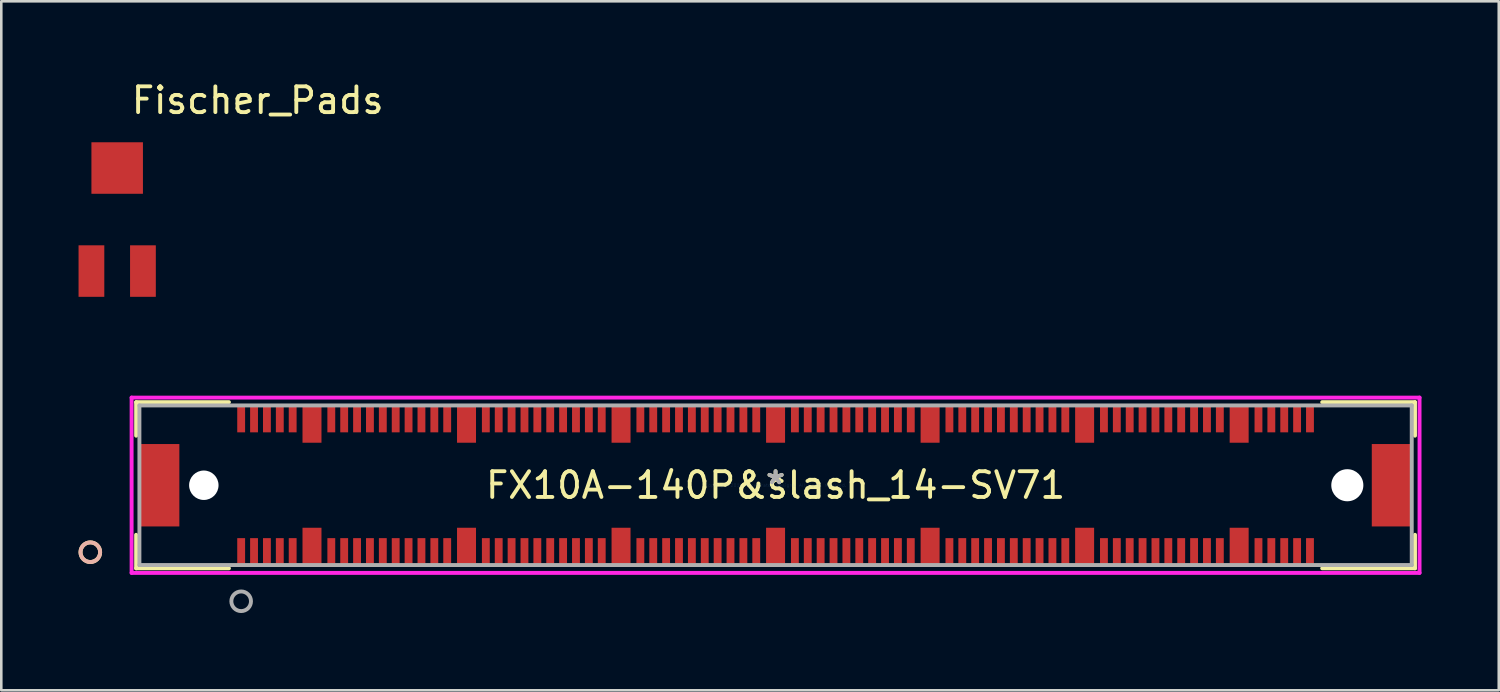
<source format=kicad_pcb>
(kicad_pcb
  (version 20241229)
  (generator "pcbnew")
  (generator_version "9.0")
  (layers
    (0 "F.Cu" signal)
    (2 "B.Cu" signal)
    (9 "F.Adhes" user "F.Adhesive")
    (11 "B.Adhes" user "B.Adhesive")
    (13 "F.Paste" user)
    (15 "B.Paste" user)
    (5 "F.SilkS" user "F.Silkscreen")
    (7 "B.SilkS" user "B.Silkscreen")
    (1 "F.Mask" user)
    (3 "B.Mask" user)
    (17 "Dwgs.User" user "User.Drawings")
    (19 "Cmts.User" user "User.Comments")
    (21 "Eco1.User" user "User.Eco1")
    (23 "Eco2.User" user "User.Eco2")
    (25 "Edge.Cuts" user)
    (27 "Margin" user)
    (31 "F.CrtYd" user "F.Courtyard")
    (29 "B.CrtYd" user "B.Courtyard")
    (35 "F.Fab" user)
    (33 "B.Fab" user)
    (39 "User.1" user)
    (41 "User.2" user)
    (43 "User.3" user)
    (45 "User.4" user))
  (footprint "Fischer_Pads"
    (layer "F.Cu")
    (at 1.461 9.061)
    (property "Reference" "Fischer_Pads" (at 5.494 -8.213 0) (unlocked yes) (layer "F.SilkS") (effects (font (size 1 1) (thickness 0.15))))
    (attr smd)
    (pad "1" smd rect (at 1.039 -1.586) (size 1 2) (layers "F.Cu" "F.Mask" "F.Paste"))
    (pad "2" smd rect (at -0.961 -1.586) (size 1 2) (layers "F.Cu" "F.Mask" "F.Paste"))
    (pad "3" smd rect (at 0.039 -5.587) (size 2 2) (layers "F.Cu" "F.Mask" "F.Paste")))
  (footprint "FX10A-140P&slash_14-SV71"
    (layer "F.Cu")
    (at 27.064 15.791)
    (property "Reference" "FX10A-140P&slash_14-SV71" (at 0 0 0) (layer "F.SilkS") (effects (font (size 1 1) (thickness 0.15))))
    (attr through_hole)
    (fp_line (start -24.828 -3.226) (end -24.828 -1.924) (stroke (width 0.152) (type solid)) (layer "F.SilkS"))
    (fp_line (start -24.828 1.924) (end -24.828 3.226) (stroke (width 0.152) (type solid)) (layer "F.SilkS"))
    (fp_line (start -24.828 3.226) (end -21.225 3.226) (stroke (width 0.152) (type solid)) (layer "F.SilkS"))
    (fp_line (start -21.225 -3.226) (end -24.828 -3.226) (stroke (width 0.152) (type solid)) (layer "F.SilkS"))
    (fp_line (start 21.225 3.226) (end 24.828 3.226) (stroke (width 0.152) (type solid)) (layer "F.SilkS"))
    (fp_line (start 24.828 -3.226) (end 21.225 -3.226) (stroke (width 0.152) (type solid)) (layer "F.SilkS"))
    (fp_line (start 24.828 -1.924) (end 24.828 -3.226) (stroke (width 0.152) (type solid)) (layer "F.SilkS"))
    (fp_line (start 24.828 3.226) (end 24.828 1.924) (stroke (width 0.152) (type solid)) (layer "F.SilkS"))
    (fp_circle (center -26.607 2.6) (end -26.226 2.6) (stroke (width 0.152) (type solid)) (fill no) (layer "F.SilkS"))
    (fp_circle (center -26.607 2.6) (end -26.226 2.6) (stroke (width 0.152) (type solid)) (fill no) (layer "B.SilkS"))
    (fp_line (start -25.004 -3.403) (end -25.004 3.403) (stroke (width 0.152) (type solid)) (layer "F.CrtYd"))
    (fp_line (start -25.004 3.403) (end 25.004 3.403) (stroke (width 0.152) (type solid)) (layer "F.CrtYd"))
    (fp_line (start 25.004 -3.403) (end -25.004 -3.403) (stroke (width 0.152) (type solid)) (layer "F.CrtYd"))
    (fp_line (start 25.004 3.403) (end 25.004 -3.403) (stroke (width 0.152) (type solid)) (layer "F.CrtYd"))
    (fp_line (start -24.701 -3.099) (end -24.701 3.099) (stroke (width 0.152) (type solid)) (layer "F.Fab"))
    (fp_line (start -24.701 3.099) (end 24.701 3.099) (stroke (width 0.152) (type solid)) (layer "F.Fab"))
    (fp_line (start 24.701 -3.099) (end -24.701 -3.099) (stroke (width 0.152) (type solid)) (layer "F.Fab"))
    (fp_line (start 24.701 3.099) (end 24.701 -3.099) (stroke (width 0.152) (type solid)) (layer "F.Fab"))
    (fp_circle (center -20.75 4.505) (end -20.369 4.505) (stroke (width 0.152) (type solid)) (fill no) (layer "F.Fab"))
    (fp_text user "*" (at 0 0 0) (layer "F.SilkS") (effects (font (size 1 1) (thickness 0.15))))
    (fp_text user "Copyright 2016 Accelerated Designs. All rights reserved." (at 0 0 0) (layer "Cmts.User") (effects (font (size 0.127 0.127) (thickness 0.002))))
    (fp_text user "*" (at 0 0 0) (layer "F.Fab") (effects (font (size 1 1) (thickness 0.15))))
    (pad "" np_thru_hole circle (at -22.2 0) (size 1.143 1.143) (drill 1.143) (layers "*.Cu" "*.Mask"))
    (pad "" np_thru_hole circle (at 22.2 0) (size 1.245 1.245) (drill 1.245) (layers "*.Cu" "*.Mask"))
    (pad "1" smd rect (at -20.75 2.6) (size 0.305 1.092) (layers "F.Cu" "F.Mask" "F.Paste"))
    (pad "2" smd rect (at -20.25 2.6) (size 0.305 1.092) (layers "F.Cu" "F.Mask" "F.Paste"))
    (pad "3" smd rect (at -19.75 2.6) (size 0.305 1.092) (layers "F.Cu" "F.Mask" "F.Paste"))
    (pad "4" smd rect (at -19.25 2.6) (size 0.305 1.092) (layers "F.Cu" "F.Mask" "F.Paste"))
    (pad "5" smd rect (at -18.75 2.6) (size 0.305 1.092) (layers "F.Cu" "F.Mask" "F.Paste"))
    (pad "6" smd rect (at -17.25 2.6) (size 0.305 1.092) (layers "F.Cu" "F.Mask" "F.Paste"))
    (pad "7" smd rect (at -16.75 2.6) (size 0.305 1.092) (layers "F.Cu" "F.Mask" "F.Paste"))
    (pad "8" smd rect (at -16.25 2.6) (size 0.305 1.092) (layers "F.Cu" "F.Mask" "F.Paste"))
    (pad "9" smd rect (at -15.75 2.6) (size 0.305 1.092) (layers "F.Cu" "F.Mask" "F.Paste"))
    (pad "10" smd rect (at -15.25 2.6) (size 0.305 1.092) (layers "F.Cu" "F.Mask" "F.Paste"))
    (pad "11" smd rect (at -14.75 2.6) (size 0.305 1.092) (layers "F.Cu" "F.Mask" "F.Paste"))
    (pad "12" smd rect (at -14.25 2.6) (size 0.305 1.092) (layers "F.Cu" "F.Mask" "F.Paste"))
    (pad "13" smd rect (at -13.75 2.6) (size 0.305 1.092) (layers "F.Cu" "F.Mask" "F.Paste"))
    (pad "14" smd rect (at -13.25 2.6) (size 0.305 1.092) (layers "F.Cu" "F.Mask" "F.Paste"))
    (pad "15" smd rect (at -12.75 2.6) (size 0.305 1.092) (layers "F.Cu" "F.Mask" "F.Paste"))
    (pad "16" smd rect (at -11.25 2.6) (size 0.305 1.092) (layers "F.Cu" "F.Mask" "F.Paste"))
    (pad "17" smd rect (at -10.75 2.6) (size 0.305 1.092) (layers "F.Cu" "F.Mask" "F.Paste"))
    (pad "18" smd rect (at -10.25 2.6) (size 0.305 1.092) (layers "F.Cu" "F.Mask" "F.Paste"))
    (pad "19" smd rect (at -9.75 2.6) (size 0.305 1.092) (layers "F.Cu" "F.Mask" "F.Paste"))
    (pad "20" smd rect (at -9.25 2.6) (size 0.305 1.092) (layers "F.Cu" "F.Mask" "F.Paste"))
    (pad "21" smd rect (at -8.75 2.6) (size 0.305 1.092) (layers "F.Cu" "F.Mask" "F.Paste"))
    (pad "22" smd rect (at -8.25 2.6) (size 0.305 1.092) (layers "F.Cu" "F.Mask" "F.Paste"))
    (pad "23" smd rect (at -7.75 2.6) (size 0.305 1.092) (layers "F.Cu" "F.Mask" "F.Paste"))
    (pad "24" smd rect (at -7.25 2.6) (size 0.305 1.092) (layers "F.Cu" "F.Mask" "F.Paste"))
    (pad "25" smd rect (at -6.75 2.6) (size 0.305 1.092) (layers "F.Cu" "F.Mask" "F.Paste"))
    (pad "26" smd rect (at -5.25 2.6) (size 0.305 1.092) (layers "F.Cu" "F.Mask" "F.Paste"))
    (pad "27" smd rect (at -4.75 2.6) (size 0.305 1.092) (layers "F.Cu" "F.Mask" "F.Paste"))
    (pad "28" smd rect (at -4.25 2.6) (size 0.305 1.092) (layers "F.Cu" "F.Mask" "F.Paste"))
    (pad "29" smd rect (at -3.75 2.6) (size 0.305 1.092) (layers "F.Cu" "F.Mask" "F.Paste"))
    (pad "30" smd rect (at -3.25 2.6) (size 0.305 1.092) (layers "F.Cu" "F.Mask" "F.Paste"))
    (pad "31" smd rect (at -2.75 2.6) (size 0.305 1.092) (layers "F.Cu" "F.Mask" "F.Paste"))
    (pad "32" smd rect (at -2.25 2.6) (size 0.305 1.092) (layers "F.Cu" "F.Mask" "F.Paste"))
    (pad "33" smd rect (at -1.75 2.6) (size 0.305 1.092) (layers "F.Cu" "F.Mask" "F.Paste"))
    (pad "34" smd rect (at -1.25 2.6) (size 0.305 1.092) (layers "F.Cu" "F.Mask" "F.Paste"))
    (pad "35" smd rect (at -0.75 2.6) (size 0.305 1.092) (layers "F.Cu" "F.Mask" "F.Paste"))
    (pad "36" smd rect (at 0.75 2.6) (size 0.305 1.092) (layers "F.Cu" "F.Mask" "F.Paste"))
    (pad "37" smd rect (at 1.25 2.6) (size 0.305 1.092) (layers "F.Cu" "F.Mask" "F.Paste"))
    (pad "38" smd rect (at 1.75 2.6) (size 0.305 1.092) (layers "F.Cu" "F.Mask" "F.Paste"))
    (pad "39" smd rect (at 2.25 2.6) (size 0.305 1.092) (layers "F.Cu" "F.Mask" "F.Paste"))
    (pad "40" smd rect (at 2.75 2.6) (size 0.305 1.092) (layers "F.Cu" "F.Mask" "F.Paste"))
    (pad "41" smd rect (at 3.25 2.6) (size 0.305 1.092) (layers "F.Cu" "F.Mask" "F.Paste"))
    (pad "42" smd rect (at 3.75 2.6) (size 0.305 1.092) (layers "F.Cu" "F.Mask" "F.Paste"))
    (pad "43" smd rect (at 4.25 2.6) (size 0.305 1.092) (layers "F.Cu" "F.Mask" "F.Paste"))
    (pad "44" smd rect (at 4.75 2.6) (size 0.305 1.092) (layers "F.Cu" "F.Mask" "F.Paste"))
    (pad "45" smd rect (at 5.25 2.6) (size 0.305 1.092) (layers "F.Cu" "F.Mask" "F.Paste"))
    (pad "46" smd rect (at 6.75 2.6) (size 0.305 1.092) (layers "F.Cu" "F.Mask" "F.Paste"))
    (pad "47" smd rect (at 7.25 2.6) (size 0.305 1.092) (layers "F.Cu" "F.Mask" "F.Paste"))
    (pad "48" smd rect (at 7.75 2.6) (size 0.305 1.092) (layers "F.Cu" "F.Mask" "F.Paste"))
    (pad "49" smd rect (at 8.25 2.6) (size 0.305 1.092) (layers "F.Cu" "F.Mask" "F.Paste"))
    (pad "50" smd rect (at 8.75 2.6) (size 0.305 1.092) (layers "F.Cu" "F.Mask" "F.Paste"))
    (pad "51" smd rect (at 9.25 2.6) (size 0.305 1.092) (layers "F.Cu" "F.Mask" "F.Paste"))
    (pad "52" smd rect (at 9.75 2.6) (size 0.305 1.092) (layers "F.Cu" "F.Mask" "F.Paste"))
    (pad "53" smd rect (at 10.25 2.6) (size 0.305 1.092) (layers "F.Cu" "F.Mask" "F.Paste"))
    (pad "54" smd rect (at 10.75 2.6) (size 0.305 1.092) (layers "F.Cu" "F.Mask" "F.Paste"))
    (pad "55" smd rect (at 11.25 2.6) (size 0.305 1.092) (layers "F.Cu" "F.Mask" "F.Paste"))
    (pad "56" smd rect (at 12.75 2.6) (size 0.305 1.092) (layers "F.Cu" "F.Mask" "F.Paste"))
    (pad "57" smd rect (at 13.25 2.6) (size 0.305 1.092) (layers "F.Cu" "F.Mask" "F.Paste"))
    (pad "58" smd rect (at 13.75 2.6) (size 0.305 1.092) (layers "F.Cu" "F.Mask" "F.Paste"))
    (pad "59" smd rect (at 14.25 2.6) (size 0.305 1.092) (layers "F.Cu" "F.Mask" "F.Paste"))
    (pad "60" smd rect (at 14.75 2.6) (size 0.305 1.092) (layers "F.Cu" "F.Mask" "F.Paste"))
    (pad "61" smd rect (at 15.25 2.6) (size 0.305 1.092) (layers "F.Cu" "F.Mask" "F.Paste"))
    (pad "62" smd rect (at 15.75 2.6) (size 0.305 1.092) (layers "F.Cu" "F.Mask" "F.Paste"))
    (pad "63" smd rect (at 16.25 2.6) (size 0.305 1.092) (layers "F.Cu" "F.Mask" "F.Paste"))
    (pad "64" smd rect (at 16.75 2.6) (size 0.305 1.092) (layers "F.Cu" "F.Mask" "F.Paste"))
    (pad "65" smd rect (at 17.25 2.6) (size 0.305 1.092) (layers "F.Cu" "F.Mask" "F.Paste"))
    (pad "66" smd rect (at 18.75 2.6) (size 0.305 1.092) (layers "F.Cu" "F.Mask" "F.Paste"))
    (pad "67" smd rect (at 19.25 2.6) (size 0.305 1.092) (layers "F.Cu" "F.Mask" "F.Paste"))
    (pad "68" smd rect (at 19.75 2.6) (size 0.305 1.092) (layers "F.Cu" "F.Mask" "F.Paste"))
    (pad "69" smd rect (at 20.25 2.6) (size 0.305 1.092) (layers "F.Cu" "F.Mask" "F.Paste"))
    (pad "70" smd rect (at 20.75 2.6) (size 0.305 1.092) (layers "F.Cu" "F.Mask" "F.Paste"))
    (pad "71" smd rect (at -20.75 -2.6) (size 0.305 1.092) (layers "F.Cu" "F.Mask" "F.Paste"))
    (pad "72" smd rect (at -20.25 -2.6) (size 0.305 1.092) (layers "F.Cu" "F.Mask" "F.Paste"))
    (pad "73" smd rect (at -19.75 -2.6) (size 0.305 1.092) (layers "F.Cu" "F.Mask" "F.Paste"))
    (pad "74" smd rect (at -19.25 -2.6) (size 0.305 1.092) (layers "F.Cu" "F.Mask" "F.Paste"))
    (pad "75" smd rect (at -18.75 -2.6) (size 0.305 1.092) (layers "F.Cu" "F.Mask" "F.Paste"))
    (pad "76" smd rect (at -17.25 -2.6) (size 0.305 1.092) (layers "F.Cu" "F.Mask" "F.Paste"))
    (pad "77" smd rect (at -16.75 -2.6) (size 0.305 1.092) (layers "F.Cu" "F.Mask" "F.Paste"))
    (pad "78" smd rect (at -16.25 -2.6) (size 0.305 1.092) (layers "F.Cu" "F.Mask" "F.Paste"))
    (pad "79" smd rect (at -15.75 -2.6) (size 0.305 1.092) (layers "F.Cu" "F.Mask" "F.Paste"))
    (pad "80" smd rect (at -15.25 -2.6) (size 0.305 1.092) (layers "F.Cu" "F.Mask" "F.Paste"))
    (pad "81" smd rect (at -14.75 -2.6) (size 0.305 1.092) (layers "F.Cu" "F.Mask" "F.Paste"))
    (pad "82" smd rect (at -14.25 -2.6) (size 0.305 1.092) (layers "F.Cu" "F.Mask" "F.Paste"))
    (pad "83" smd rect (at -13.75 -2.6) (size 0.305 1.092) (layers "F.Cu" "F.Mask" "F.Paste"))
    (pad "84" smd rect (at -13.25 -2.6) (size 0.305 1.092) (layers "F.Cu" "F.Mask" "F.Paste"))
    (pad "85" smd rect (at -12.75 -2.6) (size 0.305 1.092) (layers "F.Cu" "F.Mask" "F.Paste"))
    (pad "86" smd rect (at -11.25 -2.6) (size 0.305 1.092) (layers "F.Cu" "F.Mask" "F.Paste"))
    (pad "87" smd rect (at -10.75 -2.6) (size 0.305 1.092) (layers "F.Cu" "F.Mask" "F.Paste"))
    (pad "88" smd rect (at -10.25 -2.6) (size 0.305 1.092) (layers "F.Cu" "F.Mask" "F.Paste"))
    (pad "89" smd rect (at -9.75 -2.6) (size 0.305 1.092) (layers "F.Cu" "F.Mask" "F.Paste"))
    (pad "90" smd rect (at -9.25 -2.6) (size 0.305 1.092) (layers "F.Cu" "F.Mask" "F.Paste"))
    (pad "91" smd rect (at -8.75 -2.6) (size 0.305 1.092) (layers "F.Cu" "F.Mask" "F.Paste"))
    (pad "92" smd rect (at -8.25 -2.6) (size 0.305 1.092) (layers "F.Cu" "F.Mask" "F.Paste"))
    (pad "93" smd rect (at -7.75 -2.6) (size 0.305 1.092) (layers "F.Cu" "F.Mask" "F.Paste"))
    (pad "94" smd rect (at -7.25 -2.6) (size 0.305 1.092) (layers "F.Cu" "F.Mask" "F.Paste"))
    (pad "95" smd rect (at -6.75 -2.6) (size 0.305 1.092) (layers "F.Cu" "F.Mask" "F.Paste"))
    (pad "96" smd rect (at -5.25 -2.6) (size 0.305 1.092) (layers "F.Cu" "F.Mask" "F.Paste"))
    (pad "97" smd rect (at -4.75 -2.6) (size 0.305 1.092) (layers "F.Cu" "F.Mask" "F.Paste"))
    (pad "98" smd rect (at -4.25 -2.6) (size 0.305 1.092) (layers "F.Cu" "F.Mask" "F.Paste"))
    (pad "99" smd rect (at -3.75 -2.6) (size 0.305 1.092) (layers "F.Cu" "F.Mask" "F.Paste"))
    (pad "100" smd rect (at -3.25 -2.6) (size 0.305 1.092) (layers "F.Cu" "F.Mask" "F.Paste"))
    (pad "101" smd rect (at -2.75 -2.6) (size 0.305 1.092) (layers "F.Cu" "F.Mask" "F.Paste"))
    (pad "102" smd rect (at -2.25 -2.6) (size 0.305 1.092) (layers "F.Cu" "F.Mask" "F.Paste"))
    (pad "103" smd rect (at -1.75 -2.6) (size 0.305 1.092) (layers "F.Cu" "F.Mask" "F.Paste"))
    (pad "104" smd rect (at -1.25 -2.6) (size 0.305 1.092) (layers "F.Cu" "F.Mask" "F.Paste"))
    (pad "105" smd rect (at -0.75 -2.6) (size 0.305 1.092) (layers "F.Cu" "F.Mask" "F.Paste"))
    (pad "106" smd rect (at 0.75 -2.6) (size 0.305 1.092) (layers "F.Cu" "F.Mask" "F.Paste"))
    (pad "107" smd rect (at 1.25 -2.6) (size 0.305 1.092) (layers "F.Cu" "F.Mask" "F.Paste"))
    (pad "108" smd rect (at 1.75 -2.6) (size 0.305 1.092) (layers "F.Cu" "F.Mask" "F.Paste"))
    (pad "109" smd rect (at 2.25 -2.6) (size 0.305 1.092) (layers "F.Cu" "F.Mask" "F.Paste"))
    (pad "110" smd rect (at 2.75 -2.6) (size 0.305 1.092) (layers "F.Cu" "F.Mask" "F.Paste"))
    (pad "111" smd rect (at 3.25 -2.6) (size 0.305 1.092) (layers "F.Cu" "F.Mask" "F.Paste"))
    (pad "112" smd rect (at 3.75 -2.6) (size 0.305 1.092) (layers "F.Cu" "F.Mask" "F.Paste"))
    (pad "113" smd rect (at 4.25 -2.6) (size 0.305 1.092) (layers "F.Cu" "F.Mask" "F.Paste"))
    (pad "114" smd rect (at 4.75 -2.6) (size 0.305 1.092) (layers "F.Cu" "F.Mask" "F.Paste"))
    (pad "115" smd rect (at 5.25 -2.6) (size 0.305 1.092) (layers "F.Cu" "F.Mask" "F.Paste"))
    (pad "116" smd rect (at 6.75 -2.6) (size 0.305 1.092) (layers "F.Cu" "F.Mask" "F.Paste"))
    (pad "117" smd rect (at 7.25 -2.6) (size 0.305 1.092) (layers "F.Cu" "F.Mask" "F.Paste"))
    (pad "118" smd rect (at 7.75 -2.6) (size 0.305 1.092) (layers "F.Cu" "F.Mask" "F.Paste"))
    (pad "119" smd rect (at 8.25 -2.6) (size 0.305 1.092) (layers "F.Cu" "F.Mask" "F.Paste"))
    (pad "120" smd rect (at 8.75 -2.6) (size 0.305 1.092) (layers "F.Cu" "F.Mask" "F.Paste"))
    (pad "121" smd rect (at 9.25 -2.6) (size 0.305 1.092) (layers "F.Cu" "F.Mask" "F.Paste"))
    (pad "122" smd rect (at 9.75 -2.6) (size 0.305 1.092) (layers "F.Cu" "F.Mask" "F.Paste"))
    (pad "123" smd rect (at 10.25 -2.6) (size 0.305 1.092) (layers "F.Cu" "F.Mask" "F.Paste"))
    (pad "124" smd rect (at 10.75 -2.6) (size 0.305 1.092) (layers "F.Cu" "F.Mask" "F.Paste"))
    (pad "125" smd rect (at 11.25 -2.6) (size 0.305 1.092) (layers "F.Cu" "F.Mask" "F.Paste"))
    (pad "126" smd rect (at 12.75 -2.6) (size 0.305 1.092) (layers "F.Cu" "F.Mask" "F.Paste"))
    (pad "127" smd rect (at 13.25 -2.6) (size 0.305 1.092) (layers "F.Cu" "F.Mask" "F.Paste"))
    (pad "128" smd rect (at 13.75 -2.6) (size 0.305 1.092) (layers "F.Cu" "F.Mask" "F.Paste"))
    (pad "129" smd rect (at 14.25 -2.6) (size 0.305 1.092) (layers "F.Cu" "F.Mask" "F.Paste"))
    (pad "130" smd rect (at 14.75 -2.6) (size 0.305 1.092) (layers "F.Cu" "F.Mask" "F.Paste"))
    (pad "131" smd rect (at 15.25 -2.6) (size 0.305 1.092) (layers "F.Cu" "F.Mask" "F.Paste"))
    (pad "132" smd rect (at 15.75 -2.6) (size 0.305 1.092) (layers "F.Cu" "F.Mask" "F.Paste"))
    (pad "133" smd rect (at 16.25 -2.6) (size 0.305 1.092) (layers "F.Cu" "F.Mask" "F.Paste"))
    (pad "134" smd rect (at 16.75 -2.6) (size 0.305 1.092) (layers "F.Cu" "F.Mask" "F.Paste"))
    (pad "135" smd rect (at 17.25 -2.6) (size 0.305 1.092) (layers "F.Cu" "F.Mask" "F.Paste"))
    (pad "136" smd rect (at 18.75 -2.6) (size 0.305 1.092) (layers "F.Cu" "F.Mask" "F.Paste"))
    (pad "137" smd rect (at 19.25 -2.6) (size 0.305 1.092) (layers "F.Cu" "F.Mask" "F.Paste"))
    (pad "138" smd rect (at 19.75 -2.6) (size 0.305 1.092) (layers "F.Cu" "F.Mask" "F.Paste"))
    (pad "139" smd rect (at 20.25 -2.6) (size 0.305 1.092) (layers "F.Cu" "F.Mask" "F.Paste"))
    (pad "140" smd rect (at 20.75 -2.6) (size 0.305 1.092) (layers "F.Cu" "F.Mask" "F.Paste"))
    (pad "141" smd rect (at -18 2.4) (size 0.737 1.499) (layers "F.Cu" "F.Mask" "F.Paste"))
    (pad "142" smd rect (at -12 2.4) (size 0.737 1.499) (layers "F.Cu" "F.Mask" "F.Paste"))
    (pad "143" smd rect (at -6 2.4) (size 0.737 1.499) (layers "F.Cu" "F.Mask" "F.Paste"))
    (pad "144" smd rect (at 0 2.4) (size 0.737 1.499) (layers "F.Cu" "F.Mask" "F.Paste"))
    (pad "145" smd rect (at 6 2.4) (size 0.737 1.499) (layers "F.Cu" "F.Mask" "F.Paste"))
    (pad "146" smd rect (at 12 2.4) (size 0.737 1.499) (layers "F.Cu" "F.Mask" "F.Paste"))
    (pad "147" smd rect (at 18 2.4) (size 0.737 1.499) (layers "F.Cu" "F.Mask" "F.Paste"))
    (pad "148" smd rect (at -18 -2.4) (size 0.737 1.499) (layers "F.Cu" "F.Mask" "F.Paste"))
    (pad "149" smd rect (at -12 -2.4) (size 0.737 1.499) (layers "F.Cu" "F.Mask" "F.Paste"))
    (pad "150" smd rect (at -6 -2.4) (size 0.737 1.499) (layers "F.Cu" "F.Mask" "F.Paste"))
    (pad "151" smd rect (at 0 -2.4) (size 0.737 1.499) (layers "F.Cu" "F.Mask" "F.Paste"))
    (pad "152" smd rect (at 6 -2.4) (size 0.737 1.499) (layers "F.Cu" "F.Mask" "F.Paste"))
    (pad "153" smd rect (at 12 -2.4) (size 0.737 1.499) (layers "F.Cu" "F.Mask" "F.Paste"))
    (pad "154" smd rect (at 18 -2.4) (size 0.737 1.499) (layers "F.Cu" "F.Mask" "F.Paste"))
    (pad "155" smd rect (at -23.95 0) (size 1.6 3.2) (layers "F.Cu" "F.Mask" "F.Paste"))
    (pad "156" smd rect (at 23.95 0) (size 1.6 3.2) (layers "F.Cu" "F.Mask" "F.Paste")))
  (gr_rect
    (start -3 -3)
    (end 55.144 23.753)
    (stroke (width 0.1) (type default))
    (fill no)
    (layer "Edge.Cuts")))
</source>
